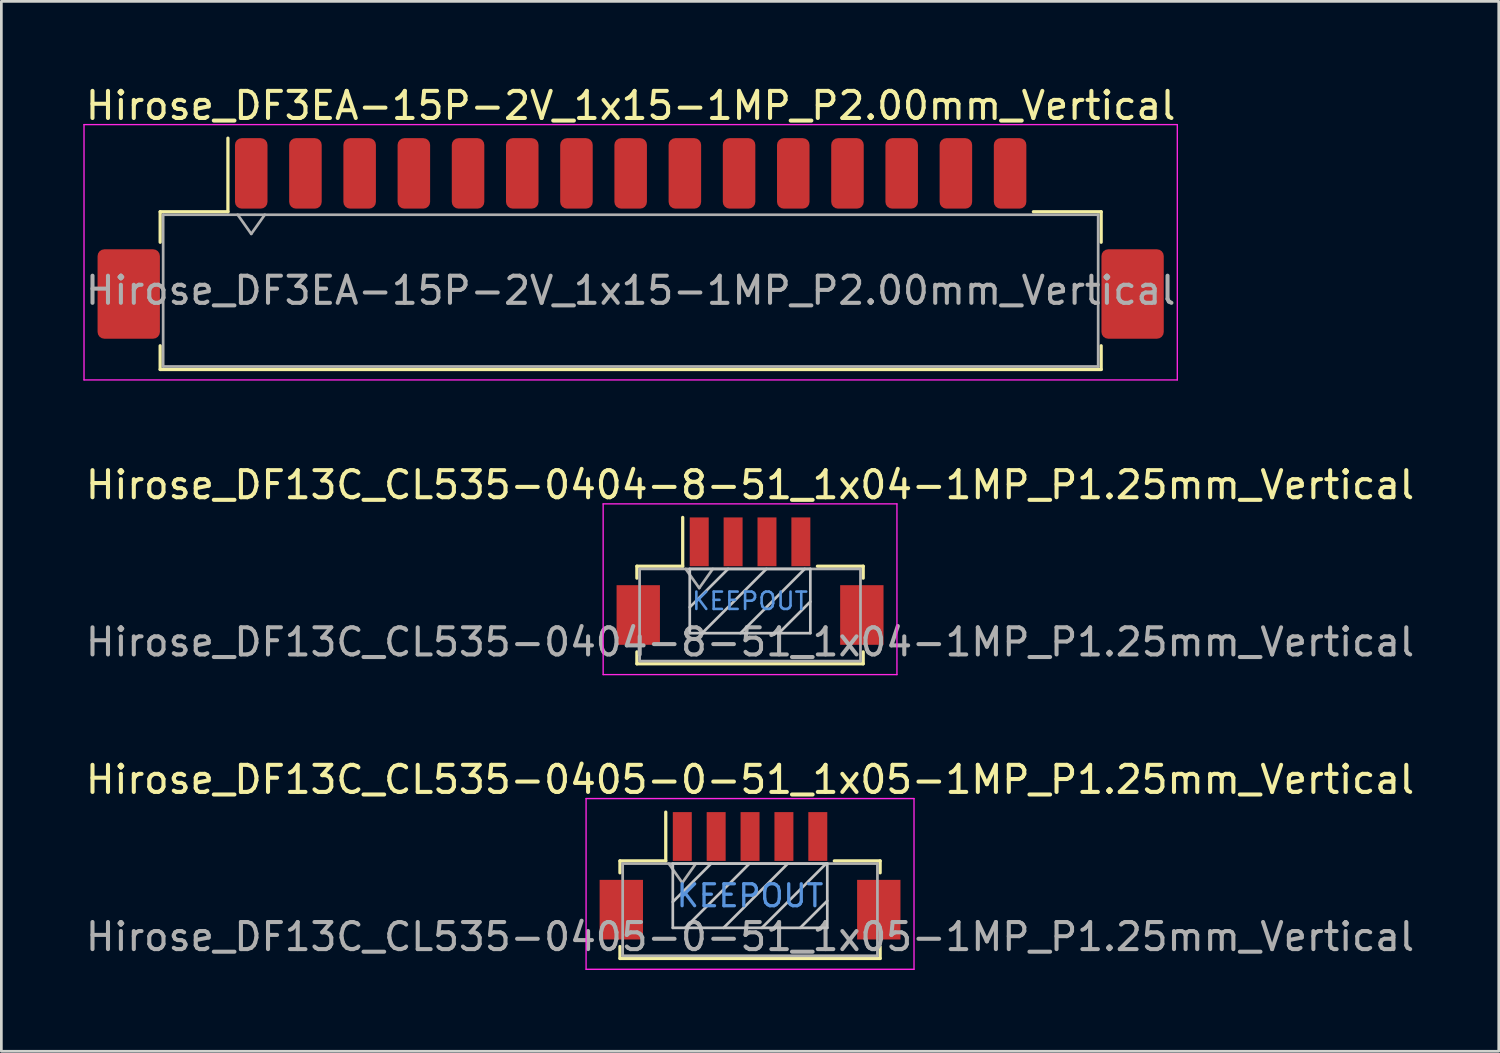
<source format=kicad_pcb>
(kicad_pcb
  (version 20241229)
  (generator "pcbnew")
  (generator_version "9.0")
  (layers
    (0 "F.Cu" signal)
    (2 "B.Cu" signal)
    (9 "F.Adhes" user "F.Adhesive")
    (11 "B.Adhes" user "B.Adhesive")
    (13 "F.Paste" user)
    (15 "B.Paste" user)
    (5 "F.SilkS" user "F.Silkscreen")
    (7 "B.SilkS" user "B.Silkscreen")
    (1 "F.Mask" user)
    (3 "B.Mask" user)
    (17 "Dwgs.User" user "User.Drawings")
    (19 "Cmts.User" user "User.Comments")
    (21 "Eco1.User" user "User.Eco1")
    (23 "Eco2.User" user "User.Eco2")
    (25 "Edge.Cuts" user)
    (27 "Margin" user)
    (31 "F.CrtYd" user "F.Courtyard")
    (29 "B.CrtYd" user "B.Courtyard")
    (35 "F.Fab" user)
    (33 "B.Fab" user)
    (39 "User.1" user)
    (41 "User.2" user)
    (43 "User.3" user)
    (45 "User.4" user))
  (footprint "Hirose_DF3EA-15P-2V_1x15-1MP_P2.00mm_Vertical"
    (layer "F.Cu")
    (at 20.22 5.748)
    (property "Reference" "Hirose_DF3EA-15P-2V_1x15-1MP_P2.00mm_Vertical" (at 0 -4.9 0) (layer "F.SilkS") (effects (font (size 1 1) (thickness 0.15))))
    (attr smd)
    (fp_line (start -17.36 -0.985) (end -14.86 -0.985) (stroke (width 0.12) (type solid)) (layer "F.SilkS"))
    (fp_line (start -17.36 0.14) (end -17.36 -0.985) (stroke (width 0.12) (type solid)) (layer "F.SilkS"))
    (fp_line (start -17.36 3.96) (end -17.36 4.835) (stroke (width 0.12) (type solid)) (layer "F.SilkS"))
    (fp_line (start -17.36 4.835) (end 17.36 4.835) (stroke (width 0.12) (type solid)) (layer "F.SilkS"))
    (fp_line (start -14.86 -0.985) (end -14.86 -3.7) (stroke (width 0.12) (type solid)) (layer "F.SilkS"))
    (fp_line (start 17.36 -0.985) (end 14.86 -0.985) (stroke (width 0.12) (type solid)) (layer "F.SilkS"))
    (fp_line (start 17.36 0.14) (end 17.36 -0.985) (stroke (width 0.12) (type solid)) (layer "F.SilkS"))
    (fp_line (start 17.36 4.835) (end 17.36 3.96) (stroke (width 0.12) (type solid)) (layer "F.SilkS"))
    (fp_line (start -20.17 -4.2) (end -20.17 5.22) (stroke (width 0.05) (type solid)) (layer "F.CrtYd"))
    (fp_line (start -20.17 5.22) (end 20.17 5.22) (stroke (width 0.05) (type solid)) (layer "F.CrtYd"))
    (fp_line (start 20.17 -4.2) (end -20.17 -4.2) (stroke (width 0.05) (type solid)) (layer "F.CrtYd"))
    (fp_line (start 20.17 5.22) (end 20.17 -4.2) (stroke (width 0.05) (type solid)) (layer "F.CrtYd"))
    (fp_line (start -17.25 -0.875) (end -17.25 4.725) (stroke (width 0.1) (type solid)) (layer "F.Fab"))
    (fp_line (start -17.25 -0.875) (end 17.25 -0.875) (stroke (width 0.1) (type solid)) (layer "F.Fab"))
    (fp_line (start -17.25 4.725) (end 17.25 4.725) (stroke (width 0.1) (type solid)) (layer "F.Fab"))
    (fp_line (start -14.5 -0.875) (end -14 -0.168) (stroke (width 0.1) (type solid)) (layer "F.Fab"))
    (fp_line (start -14 -0.168) (end -13.5 -0.875) (stroke (width 0.1) (type solid)) (layer "F.Fab"))
    (fp_line (start 17.25 -0.875) (end 17.25 4.725) (stroke (width 0.1) (type solid)) (layer "F.Fab"))
    (fp_text user "${REFERENCE}" (at 0 1.92 0) (layer "F.Fab") (effects (font (size 1 1) (thickness 0.15))))
    (pad "1" smd roundrect (at -14 -2.4) (size 1.2 2.6) (layers "F.Cu" "F.Mask" "F.Paste") (roundrect_rratio 0.208))
    (pad "2" smd roundrect (at -12 -2.4) (size 1.2 2.6) (layers "F.Cu" "F.Mask" "F.Paste") (roundrect_rratio 0.208))
    (pad "3" smd roundrect (at -10 -2.4) (size 1.2 2.6) (layers "F.Cu" "F.Mask" "F.Paste") (roundrect_rratio 0.208))
    (pad "4" smd roundrect (at -8 -2.4) (size 1.2 2.6) (layers "F.Cu" "F.Mask" "F.Paste") (roundrect_rratio 0.208))
    (pad "5" smd roundrect (at -6 -2.4) (size 1.2 2.6) (layers "F.Cu" "F.Mask" "F.Paste") (roundrect_rratio 0.208))
    (pad "6" smd roundrect (at -4 -2.4) (size 1.2 2.6) (layers "F.Cu" "F.Mask" "F.Paste") (roundrect_rratio 0.208))
    (pad "7" smd roundrect (at -2 -2.4) (size 1.2 2.6) (layers "F.Cu" "F.Mask" "F.Paste") (roundrect_rratio 0.208))
    (pad "8" smd roundrect (at 0 -2.4) (size 1.2 2.6) (layers "F.Cu" "F.Mask" "F.Paste") (roundrect_rratio 0.208))
    (pad "9" smd roundrect (at 2 -2.4) (size 1.2 2.6) (layers "F.Cu" "F.Mask" "F.Paste") (roundrect_rratio 0.208))
    (pad "10" smd roundrect (at 4 -2.4) (size 1.2 2.6) (layers "F.Cu" "F.Mask" "F.Paste") (roundrect_rratio 0.208))
    (pad "11" smd roundrect (at 6 -2.4) (size 1.2 2.6) (layers "F.Cu" "F.Mask" "F.Paste") (roundrect_rratio 0.208))
    (pad "12" smd roundrect (at 8 -2.4) (size 1.2 2.6) (layers "F.Cu" "F.Mask" "F.Paste") (roundrect_rratio 0.208))
    (pad "13" smd roundrect (at 10 -2.4) (size 1.2 2.6) (layers "F.Cu" "F.Mask" "F.Paste") (roundrect_rratio 0.208))
    (pad "14" smd roundrect (at 12 -2.4) (size 1.2 2.6) (layers "F.Cu" "F.Mask" "F.Paste") (roundrect_rratio 0.208))
    (pad "15" smd roundrect (at 14 -2.4) (size 1.2 2.6) (layers "F.Cu" "F.Mask" "F.Paste") (roundrect_rratio 0.208))
    (pad "MP" smd roundrect (at -18.52 2.05) (size 2.3 3.3) (layers "F.Cu" "F.Mask" "F.Paste") (roundrect_rratio 0.109))
    (pad "MP" smd roundrect (at 18.52 2.05) (size 2.3 3.3) (layers "F.Cu" "F.Mask" "F.Paste") (roundrect_rratio 0.109)))
  (footprint "Hirose_DF13C_CL535-0404-8-51_1x04-1MP_P1.25mm_Vertical"
    (layer "F.Cu")
    (at 24.625 18.392)
    (property "Reference" "Hirose_DF13C_CL535-0404-8-51_1x04-1MP_P1.25mm_Vertical" (at 0 -3.55 0) (layer "F.SilkS") (effects (font (size 1 1) (thickness 0.15))))
    (attr smd)
    (fp_line (start -4.175 -0.55) (end -4.175 -0.11) (stroke (width 0.12) (type solid)) (layer "F.SilkS"))
    (fp_line (start -4.175 2.61) (end -4.175 3.05) (stroke (width 0.12) (type solid)) (layer "F.SilkS"))
    (fp_line (start -4.175 3.05) (end 4.175 3.05) (stroke (width 0.12) (type solid)) (layer "F.SilkS"))
    (fp_line (start -2.485 -0.55) (end -4.175 -0.55) (stroke (width 0.12) (type solid)) (layer "F.SilkS"))
    (fp_line (start -2.485 -0.55) (end -2.485 -2.35) (stroke (width 0.12) (type solid)) (layer "F.SilkS"))
    (fp_line (start 2.485 -0.55) (end 4.175 -0.55) (stroke (width 0.12) (type solid)) (layer "F.SilkS"))
    (fp_line (start 4.175 -0.55) (end 4.175 -0.11) (stroke (width 0.12) (type solid)) (layer "F.SilkS"))
    (fp_line (start 4.175 3.05) (end 4.175 2.61) (stroke (width 0.12) (type solid)) (layer "F.SilkS"))
    (fp_line (start -2.225 -0.45) (end -2.225 1.92) (stroke (width 0.1) (type solid)) (layer "Dwgs.User"))
    (fp_line (start -2.225 1.92) (end 2.225 1.92) (stroke (width 0.1) (type solid)) (layer "Dwgs.User"))
    (fp_line (start -0.811 -0.45) (end -2.225 0.964) (stroke (width 0.1) (type solid)) (layer "Dwgs.User"))
    (fp_line (start 0.603 -0.45) (end -1.767 1.92) (stroke (width 0.1) (type solid)) (layer "Dwgs.User"))
    (fp_line (start 2.018 -0.45) (end -0.352 1.92) (stroke (width 0.1) (type solid)) (layer "Dwgs.User"))
    (fp_line (start 2.225 -0.45) (end -2.225 -0.45) (stroke (width 0.1) (type solid)) (layer "Dwgs.User"))
    (fp_line (start 2.225 0.757) (end 1.062 1.92) (stroke (width 0.1) (type solid)) (layer "Dwgs.User"))
    (fp_line (start 2.225 1.92) (end 2.225 -0.45) (stroke (width 0.1) (type solid)) (layer "Dwgs.User"))
    (fp_line (start -5.42 -2.85) (end -5.42 3.45) (stroke (width 0.05) (type solid)) (layer "F.CrtYd"))
    (fp_line (start -5.42 3.45) (end 5.42 3.45) (stroke (width 0.05) (type solid)) (layer "F.CrtYd"))
    (fp_line (start 5.42 -2.85) (end -5.42 -2.85) (stroke (width 0.05) (type solid)) (layer "F.CrtYd"))
    (fp_line (start 5.42 3.45) (end 5.42 -2.85) (stroke (width 0.05) (type solid)) (layer "F.CrtYd"))
    (fp_line (start -4.075 -0.45) (end -4.075 2.95) (stroke (width 0.1) (type solid)) (layer "F.Fab"))
    (fp_line (start -4.075 2.95) (end 4.075 2.95) (stroke (width 0.1) (type solid)) (layer "F.Fab"))
    (fp_line (start -2.375 -0.45) (end -1.875 0.257) (stroke (width 0.1) (type solid)) (layer "F.Fab"))
    (fp_line (start -1.875 0.257) (end -1.375 -0.45) (stroke (width 0.1) (type solid)) (layer "F.Fab"))
    (fp_line (start 4.075 -0.45) (end -4.075 -0.45) (stroke (width 0.1) (type solid)) (layer "F.Fab"))
    (fp_line (start 4.075 2.95) (end 4.075 -0.45) (stroke (width 0.1) (type solid)) (layer "F.Fab"))
    (fp_text user "KEEPOUT" (at 0 0.735 0) (layer "Cmts.User") (effects (font (size 0.64 0.64) (thickness 0.096))))
    (fp_text user "${REFERENCE}" (at 0 2.25 0) (layer "F.Fab") (effects (font (size 1 1) (thickness 0.15))))
    (pad "1" smd rect (at -1.875 -1.45) (size 0.7 1.8) (layers "F.Cu" "F.Mask" "F.Paste"))
    (pad "2" smd rect (at -0.625 -1.45) (size 0.7 1.8) (layers "F.Cu" "F.Mask" "F.Paste"))
    (pad "3" smd rect (at 0.625 -1.45) (size 0.7 1.8) (layers "F.Cu" "F.Mask" "F.Paste"))
    (pad "4" smd rect (at 1.875 -1.45) (size 0.7 1.8) (layers "F.Cu" "F.Mask" "F.Paste"))
    (pad "MP" smd rect (at -4.125 1.25) (size 1.6 2.2) (layers "F.Cu" "F.Mask" "F.Paste"))
    (pad "MP" smd rect (at 4.125 1.25) (size 1.6 2.2) (layers "F.Cu" "F.Mask" "F.Paste")))
  (footprint "Hirose_DF13C_CL535-0405-0-51_1x05-1MP_P1.25mm_Vertical"
    (layer "F.Cu")
    (at 24.625 29.265)
    (property "Reference" "Hirose_DF13C_CL535-0405-0-51_1x05-1MP_P1.25mm_Vertical" (at 0 -3.55 0) (layer "F.SilkS") (effects (font (size 1 1) (thickness 0.15))))
    (attr smd)
    (fp_line (start -4.8 -0.55) (end -4.8 -0.11) (stroke (width 0.12) (type solid)) (layer "F.SilkS"))
    (fp_line (start -4.8 2.61) (end -4.8 3.05) (stroke (width 0.12) (type solid)) (layer "F.SilkS"))
    (fp_line (start -4.8 3.05) (end 4.8 3.05) (stroke (width 0.12) (type solid)) (layer "F.SilkS"))
    (fp_line (start -3.11 -0.55) (end -4.8 -0.55) (stroke (width 0.12) (type solid)) (layer "F.SilkS"))
    (fp_line (start -3.11 -0.55) (end -3.11 -2.35) (stroke (width 0.12) (type solid)) (layer "F.SilkS"))
    (fp_line (start 3.11 -0.55) (end 4.8 -0.55) (stroke (width 0.12) (type solid)) (layer "F.SilkS"))
    (fp_line (start 4.8 -0.55) (end 4.8 -0.11) (stroke (width 0.12) (type solid)) (layer "F.SilkS"))
    (fp_line (start 4.8 3.05) (end 4.8 2.61) (stroke (width 0.12) (type solid)) (layer "F.SilkS"))
    (fp_line (start -2.85 -0.45) (end -2.85 1.92) (stroke (width 0.1) (type solid)) (layer "Dwgs.User"))
    (fp_line (start -2.85 1.92) (end 2.85 1.92) (stroke (width 0.1) (type solid)) (layer "Dwgs.User"))
    (fp_line (start -1.436 -0.45) (end -2.85 0.964) (stroke (width 0.1) (type solid)) (layer "Dwgs.User"))
    (fp_line (start -0.022 -0.45) (end -2.392 1.92) (stroke (width 0.1) (type solid)) (layer "Dwgs.User"))
    (fp_line (start 1.393 -0.45) (end -0.977 1.92) (stroke (width 0.1) (type solid)) (layer "Dwgs.User"))
    (fp_line (start 2.807 -0.45) (end 0.437 1.92) (stroke (width 0.1) (type solid)) (layer "Dwgs.User"))
    (fp_line (start 2.85 -0.45) (end -2.85 -0.45) (stroke (width 0.1) (type solid)) (layer "Dwgs.User"))
    (fp_line (start 2.85 0.921) (end 1.851 1.92) (stroke (width 0.1) (type solid)) (layer "Dwgs.User"))
    (fp_line (start 2.85 1.92) (end 2.85 -0.45) (stroke (width 0.1) (type solid)) (layer "Dwgs.User"))
    (fp_line (start -6.05 -2.85) (end -6.05 3.45) (stroke (width 0.05) (type solid)) (layer "F.CrtYd"))
    (fp_line (start -6.05 3.45) (end 6.05 3.45) (stroke (width 0.05) (type solid)) (layer "F.CrtYd"))
    (fp_line (start 6.05 -2.85) (end -6.05 -2.85) (stroke (width 0.05) (type solid)) (layer "F.CrtYd"))
    (fp_line (start 6.05 3.45) (end 6.05 -2.85) (stroke (width 0.05) (type solid)) (layer "F.CrtYd"))
    (fp_line (start -4.7 -0.45) (end -4.7 2.95) (stroke (width 0.1) (type solid)) (layer "F.Fab"))
    (fp_line (start -4.7 2.95) (end 4.7 2.95) (stroke (width 0.1) (type solid)) (layer "F.Fab"))
    (fp_line (start -3 -0.45) (end -2.5 0.257) (stroke (width 0.1) (type solid)) (layer "F.Fab"))
    (fp_line (start -2.5 0.257) (end -2 -0.45) (stroke (width 0.1) (type solid)) (layer "F.Fab"))
    (fp_line (start 4.7 -0.45) (end -4.7 -0.45) (stroke (width 0.1) (type solid)) (layer "F.Fab"))
    (fp_line (start 4.7 2.95) (end 4.7 -0.45) (stroke (width 0.1) (type solid)) (layer "F.Fab"))
    (fp_text user "KEEPOUT" (at 0 0.735 0) (layer "Cmts.User") (effects (font (size 0.81 0.81) (thickness 0.121))))
    (fp_text user "${REFERENCE}" (at 0 2.25 0) (layer "F.Fab") (effects (font (size 1 1) (thickness 0.15))))
    (pad "1" smd rect (at -2.5 -1.45) (size 0.7 1.8) (layers "F.Cu" "F.Mask" "F.Paste"))
    (pad "2" smd rect (at -1.25 -1.45) (size 0.7 1.8) (layers "F.Cu" "F.Mask" "F.Paste"))
    (pad "3" smd rect (at 0 -1.45) (size 0.7 1.8) (layers "F.Cu" "F.Mask" "F.Paste"))
    (pad "4" smd rect (at 1.25 -1.45) (size 0.7 1.8) (layers "F.Cu" "F.Mask" "F.Paste"))
    (pad "5" smd rect (at 2.5 -1.45) (size 0.7 1.8) (layers "F.Cu" "F.Mask" "F.Paste"))
    (pad "MP" smd rect (at -4.75 1.25) (size 1.6 2.2) (layers "F.Cu" "F.Mask" "F.Paste"))
    (pad "MP" smd rect (at 4.75 1.25) (size 1.6 2.2) (layers "F.Cu" "F.Mask" "F.Paste")))
  (gr_rect
    (start -3 -3)
    (end 52.25 35.74)
    (stroke (width 0.1) (type default))
    (fill no)
    (layer "Edge.Cuts")))
</source>
